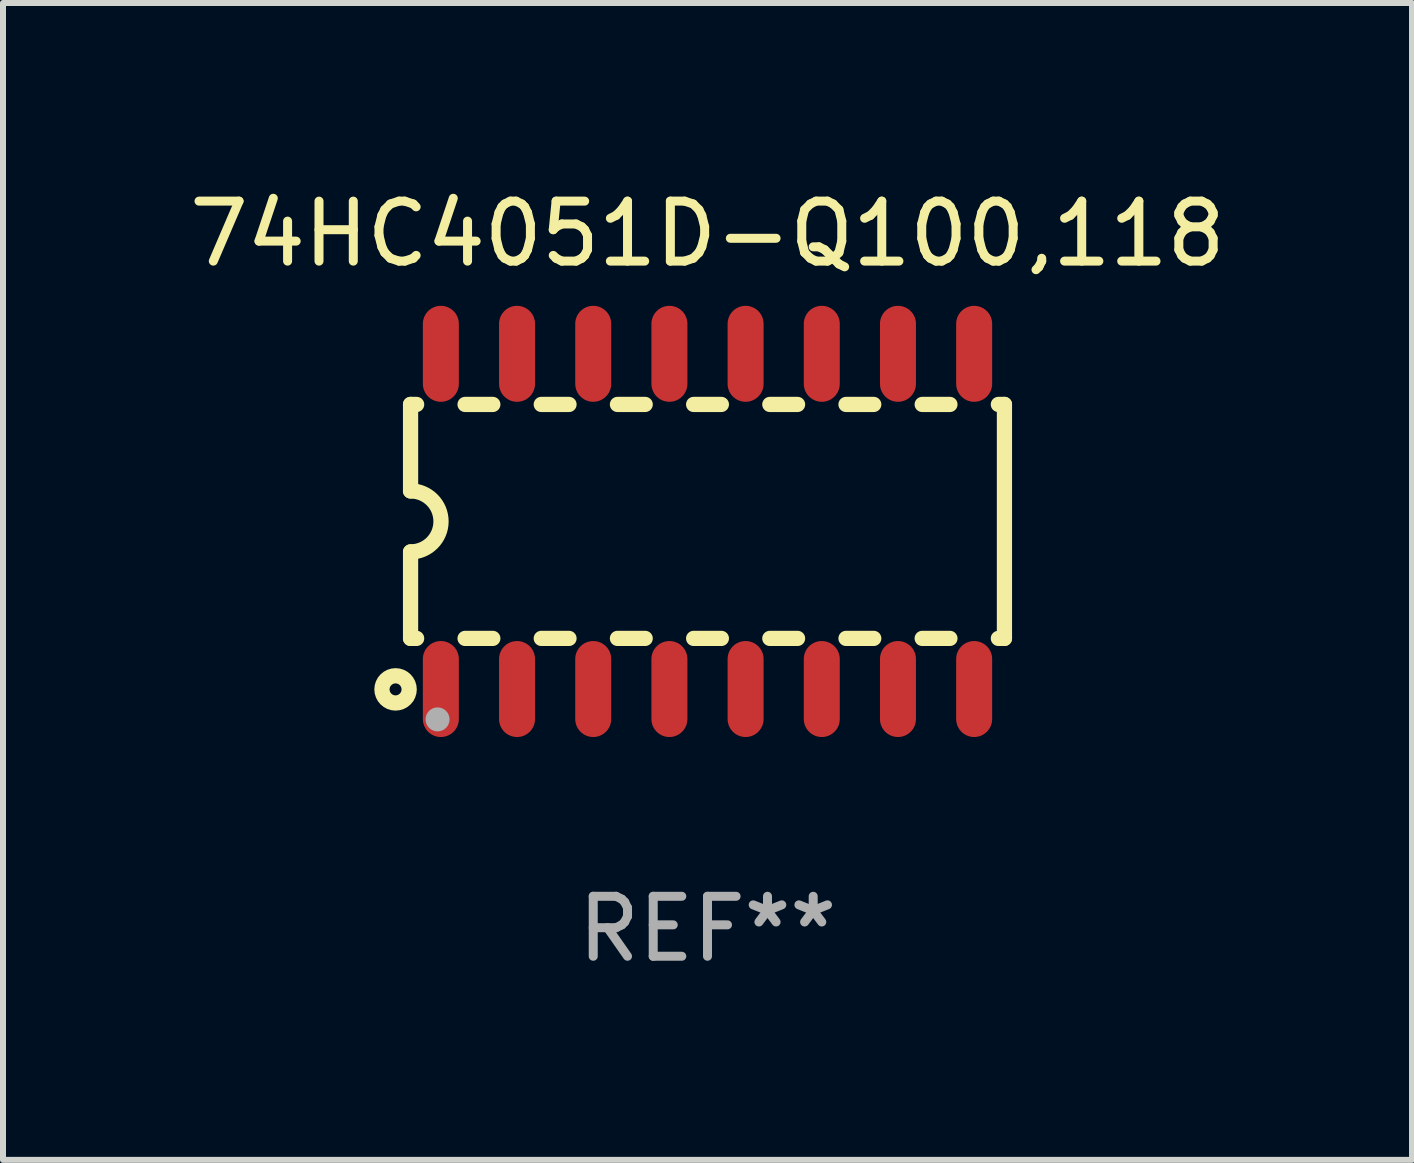
<source format=kicad_pcb>
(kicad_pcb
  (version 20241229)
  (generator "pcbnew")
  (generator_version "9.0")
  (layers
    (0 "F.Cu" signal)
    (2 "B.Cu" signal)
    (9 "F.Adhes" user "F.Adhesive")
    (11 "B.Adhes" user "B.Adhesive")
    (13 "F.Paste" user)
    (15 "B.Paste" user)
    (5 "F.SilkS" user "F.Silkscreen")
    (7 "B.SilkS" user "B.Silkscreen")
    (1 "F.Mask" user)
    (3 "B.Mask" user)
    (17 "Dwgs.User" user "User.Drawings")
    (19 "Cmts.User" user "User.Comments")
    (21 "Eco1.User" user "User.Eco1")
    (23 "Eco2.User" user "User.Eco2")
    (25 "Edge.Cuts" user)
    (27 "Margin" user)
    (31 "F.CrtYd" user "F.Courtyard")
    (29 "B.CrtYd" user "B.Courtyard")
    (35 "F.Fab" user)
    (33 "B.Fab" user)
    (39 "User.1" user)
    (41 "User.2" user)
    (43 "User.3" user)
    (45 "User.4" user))
  (footprint "74HC4051D-Q100,118"
    (layer "F.Cu")
    (at 8.744 5.642)
    (property "Reference" "74HC4051D-Q100,118" (at 0 -4.794 0) (layer "F.SilkS") (effects (font (size 1 1) (thickness 0.15))))
    (attr through_hole)
    (fp_line (start -4.95 -1.95) (end -4.95 -0.508) (stroke (width 0.254) (type solid)) (layer "F.SilkS"))
    (fp_line (start -4.95 -1.95) (end -4.849 -1.95) (stroke (width 0.254) (type solid)) (layer "F.SilkS"))
    (fp_line (start -4.95 1.95) (end -4.95 0.508) (stroke (width 0.254) (type solid)) (layer "F.SilkS"))
    (fp_line (start -4.95 1.95) (end -4.849 1.95) (stroke (width 0.254) (type solid)) (layer "F.SilkS"))
    (fp_line (start -4.041 -1.95) (end -3.579 -1.95) (stroke (width 0.254) (type solid)) (layer "F.SilkS"))
    (fp_line (start -4.041 1.95) (end -3.579 1.95) (stroke (width 0.254) (type solid)) (layer "F.SilkS"))
    (fp_line (start -2.771 -1.95) (end -2.309 -1.95) (stroke (width 0.254) (type solid)) (layer "F.SilkS"))
    (fp_line (start -2.771 1.95) (end -2.309 1.95) (stroke (width 0.254) (type solid)) (layer "F.SilkS"))
    (fp_line (start -1.501 -1.95) (end -1.039 -1.95) (stroke (width 0.254) (type solid)) (layer "F.SilkS"))
    (fp_line (start -1.501 1.95) (end -1.039 1.95) (stroke (width 0.254) (type solid)) (layer "F.SilkS"))
    (fp_line (start -0.231 -1.95) (end 0.231 -1.95) (stroke (width 0.254) (type solid)) (layer "F.SilkS"))
    (fp_line (start -0.231 1.95) (end 0.231 1.95) (stroke (width 0.254) (type solid)) (layer "F.SilkS"))
    (fp_line (start 1.039 -1.95) (end 1.501 -1.95) (stroke (width 0.254) (type solid)) (layer "F.SilkS"))
    (fp_line (start 1.039 1.95) (end 1.501 1.95) (stroke (width 0.254) (type solid)) (layer "F.SilkS"))
    (fp_line (start 2.309 -1.95) (end 2.771 -1.95) (stroke (width 0.254) (type solid)) (layer "F.SilkS"))
    (fp_line (start 2.309 1.95) (end 2.771 1.95) (stroke (width 0.254) (type solid)) (layer "F.SilkS"))
    (fp_line (start 3.579 -1.95) (end 4.041 -1.95) (stroke (width 0.254) (type solid)) (layer "F.SilkS"))
    (fp_line (start 3.579 1.95) (end 4.041 1.95) (stroke (width 0.254) (type solid)) (layer "F.SilkS"))
    (fp_line (start 4.849 -1.95) (end 4.95 -1.95) (stroke (width 0.254) (type solid)) (layer "F.SilkS"))
    (fp_line (start 4.849 1.95) (end 4.95 1.95) (stroke (width 0.254) (type solid)) (layer "F.SilkS"))
    (fp_line (start 4.95 -1.95) (end 4.95 1.95) (stroke (width 0.254) (type solid)) (layer "F.SilkS"))
    (fp_arc (start -4.95047 -0.508001) (mid -4.442469 -0.000228) (end -4.950013 0.508001) (stroke (width 0.254001) (type solid)) (layer "F.SilkS"))
    (fp_circle (center -5.2 2.8) (end -5.1 2.8) (stroke (width 0.254) (type solid)) (fill no) (layer "F.SilkS"))
    (fp_circle (center -4.95 2.947) (end -4.92 2.947) (stroke (width 0.06) (type solid)) (fill no) (layer "F.SilkS"))
    (fp_circle (center -4.5 3.3) (end -4.4 3.3) (stroke (width 0.2) (type solid)) (fill no) (layer "F.Fab"))
    (fp_text user "REF**" (at 0 6.794 0) (layer "F.Fab") (effects (font (size 1 1) (thickness 0.15))))
    (pad "1" smd oval (at -4.445 2.794) (size 0.6 1.6) (layers "F.Cu" "F.Mask" "F.Paste"))
    (pad "2" smd oval (at -3.175 2.794) (size 0.6 1.6) (layers "F.Cu" "F.Mask" "F.Paste"))
    (pad "3" smd oval (at -1.905 2.794) (size 0.6 1.6) (layers "F.Cu" "F.Mask" "F.Paste"))
    (pad "4" smd oval (at -0.635 2.794) (size 0.6 1.6) (layers "F.Cu" "F.Mask" "F.Paste"))
    (pad "5" smd oval (at 0.635 2.794) (size 0.6 1.6) (layers "F.Cu" "F.Mask" "F.Paste"))
    (pad "6" smd oval (at 1.905 2.794) (size 0.6 1.6) (layers "F.Cu" "F.Mask" "F.Paste"))
    (pad "7" smd oval (at 3.175 2.794) (size 0.6 1.6) (layers "F.Cu" "F.Mask" "F.Paste"))
    (pad "8" smd oval (at 4.445 2.794) (size 0.6 1.6) (layers "F.Cu" "F.Mask" "F.Paste"))
    (pad "9" smd oval (at 4.445 -2.794) (size 0.6 1.6) (layers "F.Cu" "F.Mask" "F.Paste"))
    (pad "10" smd oval (at 3.175 -2.794) (size 0.6 1.6) (layers "F.Cu" "F.Mask" "F.Paste"))
    (pad "11" smd oval (at 1.905 -2.794) (size 0.6 1.6) (layers "F.Cu" "F.Mask" "F.Paste"))
    (pad "12" smd oval (at 0.635 -2.794) (size 0.6 1.6) (layers "F.Cu" "F.Mask" "F.Paste"))
    (pad "13" smd oval (at -0.635 -2.794) (size 0.6 1.6) (layers "F.Cu" "F.Mask" "F.Paste"))
    (pad "14" smd oval (at -1.905 -2.794) (size 0.6 1.6) (layers "F.Cu" "F.Mask" "F.Paste"))
    (pad "15" smd oval (at -3.175 -2.794) (size 0.6 1.6) (layers "F.Cu" "F.Mask" "F.Paste"))
    (pad "16" smd oval (at -4.445 -2.794) (size 0.6 1.6) (layers "F.Cu" "F.Mask" "F.Paste")))
  (gr_rect
    (start -3 -3)
    (end 20.488 16.285)
    (stroke (width 0.1) (type default))
    (fill no)
    (layer "Edge.Cuts")))
</source>
